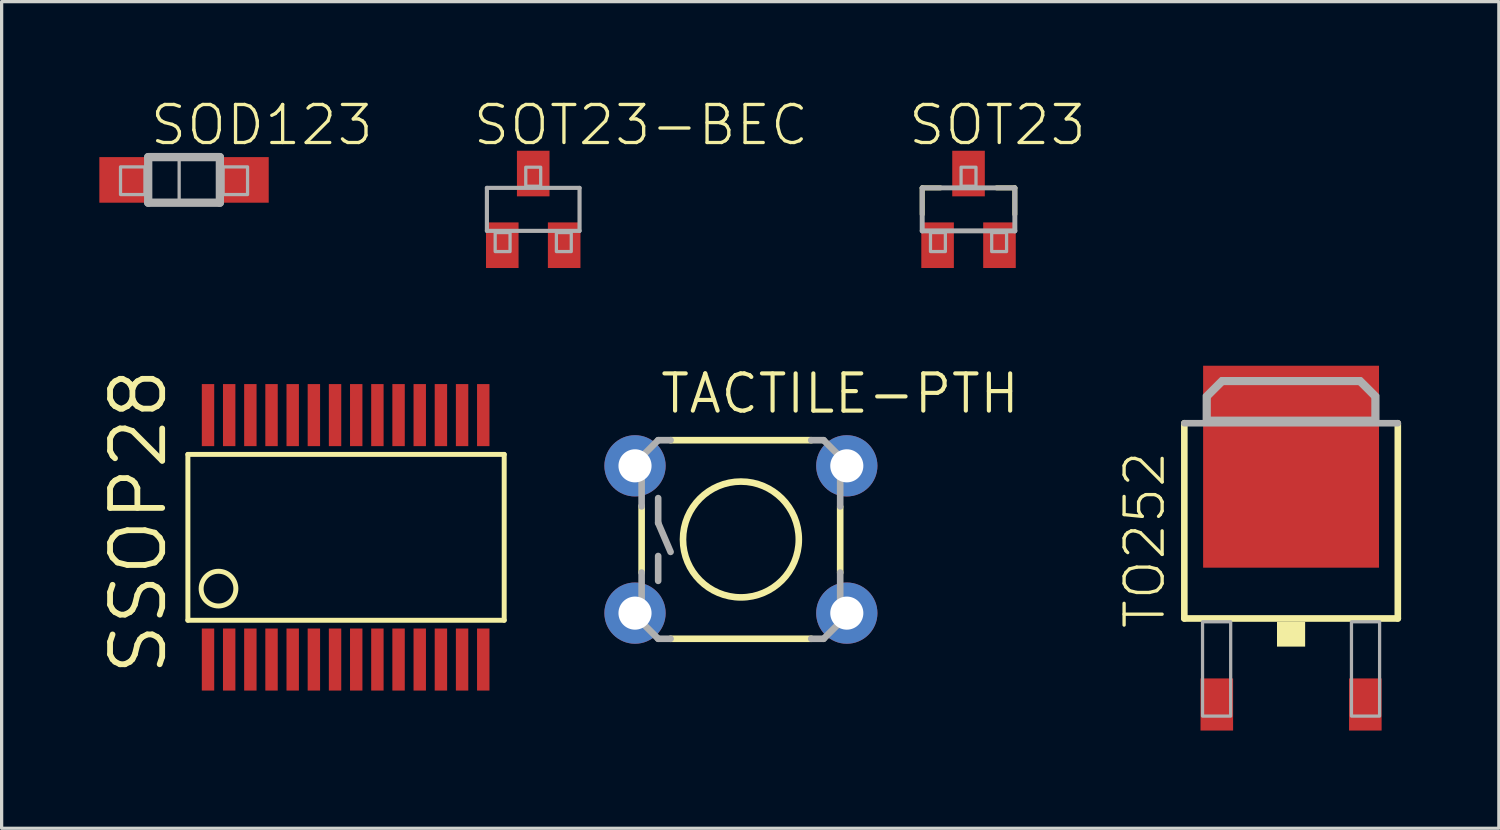
<source format=kicad_pcb>
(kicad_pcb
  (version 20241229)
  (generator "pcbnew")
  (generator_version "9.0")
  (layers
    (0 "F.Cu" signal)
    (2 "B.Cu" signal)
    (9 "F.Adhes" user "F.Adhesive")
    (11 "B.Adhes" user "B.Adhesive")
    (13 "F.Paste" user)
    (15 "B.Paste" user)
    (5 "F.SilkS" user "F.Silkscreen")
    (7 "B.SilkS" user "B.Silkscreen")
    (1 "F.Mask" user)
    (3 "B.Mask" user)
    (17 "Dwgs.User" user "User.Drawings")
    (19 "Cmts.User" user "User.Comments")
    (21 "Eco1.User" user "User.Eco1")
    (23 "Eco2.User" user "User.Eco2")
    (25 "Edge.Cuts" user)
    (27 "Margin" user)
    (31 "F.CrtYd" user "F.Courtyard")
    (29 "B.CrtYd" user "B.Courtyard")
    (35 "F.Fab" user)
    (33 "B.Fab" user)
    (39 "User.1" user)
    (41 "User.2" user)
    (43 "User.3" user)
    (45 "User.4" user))
  (footprint "SOT23-BEC"
    (layer "F.Cu")
    (at 13.32 3.378)
    (property "Reference" "SOT23-BEC" (at -1.905 -1.905 0) (layer "F.SilkS") (effects (font (size 1.168 1.168) (thickness 0.102)) (justify left bottom)))
    (fp_line (start -1.422 -0.66) (end 1.422 -0.66) (stroke (width 0.127) (type solid)) (layer "F.Fab"))
    (fp_line (start -1.422 0.66) (end -1.422 -0.66) (stroke (width 0.127) (type solid)) (layer "F.Fab"))
    (fp_line (start 1.422 -0.66) (end 1.422 0.66) (stroke (width 0.127) (type solid)) (layer "F.Fab"))
    (fp_line (start 1.422 0.66) (end -1.422 0.66) (stroke (width 0.127) (type solid)) (layer "F.Fab"))
    (fp_poly (pts (xy -1.168 1.295) (xy -0.711 1.295) (xy -0.711 0.711) (xy -1.168 0.711)) (stroke (width 0.1) (type solid)) (fill no) (layer "F.Fab"))
    (fp_poly (pts (xy -0.229 -0.711) (xy 0.229 -0.711) (xy 0.229 -1.295) (xy -0.229 -1.295)) (stroke (width 0.1) (type solid)) (fill no) (layer "F.Fab"))
    (fp_poly (pts (xy 0.711 1.295) (xy 1.168 1.295) (xy 1.168 0.711) (xy 0.711 0.711)) (stroke (width 0.1) (type solid)) (fill no) (layer "F.Fab"))
    (pad "B" smd rect (at -0.95 1.1) (size 1 1.4) (layers "F.Cu" "F.Mask" "F.Paste"))
    (pad "C" smd rect (at 0 -1.1) (size 1 1.4) (layers "F.Cu" "F.Mask" "F.Paste"))
    (pad "E" smd rect (at 0.95 1.1) (size 1 1.4) (layers "F.Cu" "F.Mask" "F.Paste")))
  (footprint "SSOP28"
    (layer "F.Cu")
    (at 7.886 13.446)
    (property "Reference" "SSOP28" (at -5.752 4.318 90) (layer "F.SilkS") (effects (font (size 1.6 1.6) (thickness 0.178)) (justify left bottom)))
    (fp_line (start -5.168 -2.546) (end -5.168 2.546) (stroke (width 0.152) (type solid)) (layer "F.SilkS"))
    (fp_line (start -5.168 2.546) (end 4.543 2.546) (stroke (width 0.152) (type solid)) (layer "F.SilkS"))
    (fp_line (start 4.543 -2.546) (end -5.168 -2.546) (stroke (width 0.152) (type solid)) (layer "F.SilkS"))
    (fp_line (start 4.543 2.546) (end 4.543 -2.546) (stroke (width 0.152) (type solid)) (layer "F.SilkS"))
    (fp_circle (center -4.228 1.575) (end -3.695 1.575) (stroke (width 0.152) (type solid)) (fill no) (layer "F.SilkS"))
    (pad "1" smd rect (at -4.55 3.752 90) (size 1.905 0.381) (layers "F.Cu" "F.Mask" "F.Paste"))
    (pad "2" smd rect (at -3.9 3.752 90) (size 1.905 0.381) (layers "F.Cu" "F.Mask" "F.Paste"))
    (pad "3" smd rect (at -3.25 3.752 90) (size 1.905 0.381) (layers "F.Cu" "F.Mask" "F.Paste"))
    (pad "4" smd rect (at -2.6 3.752 90) (size 1.905 0.381) (layers "F.Cu" "F.Mask" "F.Paste"))
    (pad "5" smd rect (at -1.95 3.752 90) (size 1.905 0.381) (layers "F.Cu" "F.Mask" "F.Paste"))
    (pad "6" smd rect (at -1.3 3.752 90) (size 1.905 0.381) (layers "F.Cu" "F.Mask" "F.Paste"))
    (pad "7" smd rect (at -0.65 3.752 90) (size 1.905 0.381) (layers "F.Cu" "F.Mask" "F.Paste"))
    (pad "8" smd rect (at 0 3.752 90) (size 1.905 0.381) (layers "F.Cu" "F.Mask" "F.Paste"))
    (pad "9" smd rect (at 0.65 3.752 90) (size 1.905 0.381) (layers "F.Cu" "F.Mask" "F.Paste"))
    (pad "10" smd rect (at 1.3 3.752 90) (size 1.905 0.381) (layers "F.Cu" "F.Mask" "F.Paste"))
    (pad "11" smd rect (at 1.95 3.752 90) (size 1.905 0.381) (layers "F.Cu" "F.Mask" "F.Paste"))
    (pad "12" smd rect (at 2.6 3.752 90) (size 1.905 0.381) (layers "F.Cu" "F.Mask" "F.Paste"))
    (pad "13" smd rect (at 3.25 3.752 90) (size 1.905 0.381) (layers "F.Cu" "F.Mask" "F.Paste"))
    (pad "14" smd rect (at 3.9 3.752 90) (size 1.905 0.381) (layers "F.Cu" "F.Mask" "F.Paste"))
    (pad "15" smd rect (at 3.9 -3.752 90) (size 1.905 0.381) (layers "F.Cu" "F.Mask" "F.Paste"))
    (pad "16" smd rect (at 3.25 -3.752 90) (size 1.905 0.381) (layers "F.Cu" "F.Mask" "F.Paste"))
    (pad "17" smd rect (at 2.6 -3.752 90) (size 1.905 0.381) (layers "F.Cu" "F.Mask" "F.Paste"))
    (pad "18" smd rect (at 1.95 -3.752 90) (size 1.905 0.381) (layers "F.Cu" "F.Mask" "F.Paste"))
    (pad "19" smd rect (at 1.3 -3.752 90) (size 1.905 0.381) (layers "F.Cu" "F.Mask" "F.Paste"))
    (pad "20" smd rect (at 0.65 -3.752 90) (size 1.905 0.381) (layers "F.Cu" "F.Mask" "F.Paste"))
    (pad "21" smd rect (at 0 -3.752 90) (size 1.905 0.381) (layers "F.Cu" "F.Mask" "F.Paste"))
    (pad "22" smd rect (at -0.65 -3.752 90) (size 1.905 0.381) (layers "F.Cu" "F.Mask" "F.Paste"))
    (pad "23" smd rect (at -1.3 -3.752 90) (size 1.905 0.381) (layers "F.Cu" "F.Mask" "F.Paste"))
    (pad "24" smd rect (at -1.95 -3.752 90) (size 1.905 0.381) (layers "F.Cu" "F.Mask" "F.Paste"))
    (pad "25" smd rect (at -2.6 -3.752 90) (size 1.905 0.381) (layers "F.Cu" "F.Mask" "F.Paste"))
    (pad "26" smd rect (at -3.25 -3.752 90) (size 1.905 0.381) (layers "F.Cu" "F.Mask" "F.Paste"))
    (pad "27" smd rect (at -3.9 -3.752 90) (size 1.905 0.381) (layers "F.Cu" "F.Mask" "F.Paste"))
    (pad "28" smd rect (at -4.55 -3.752 90) (size 1.905 0.381) (layers "F.Cu" "F.Mask" "F.Paste")))
  (footprint "SOD123"
    (layer "F.Cu")
    (at 2.6 2.473)
    (property "Reference" "SOD123" (at -1.1 -1 0) (layer "F.SilkS") (effects (font (size 1.168 1.168) (thickness 0.102)) (justify left bottom)))
    (fp_line (start -1.1 -0.7) (end 1.1 -0.7) (stroke (width 0.254) (type solid)) (layer "F.Fab"))
    (fp_line (start -1.1 0.7) (end -1.1 -0.7) (stroke (width 0.254) (type solid)) (layer "F.Fab"))
    (fp_line (start 1.1 -0.7) (end 1.1 0.7) (stroke (width 0.254) (type solid)) (layer "F.Fab"))
    (fp_line (start 1.1 0.7) (end -1.1 0.7) (stroke (width 0.254) (type solid)) (layer "F.Fab"))
    (fp_poly (pts (xy -1.95 0.45) (xy -1.2 0.45) (xy -1.2 -0.4) (xy -1.95 -0.4)) (stroke (width 0.1) (type solid)) (fill no) (layer "F.Fab"))
    (fp_poly (pts (xy -1.05 0.65) (xy -0.15 0.65) (xy -0.15 -0.7) (xy -1.05 -0.7)) (stroke (width 0.1) (type solid)) (fill no) (layer "F.Fab"))
    (fp_poly (pts (xy 1.2 0.45) (xy 1.95 0.45) (xy 1.95 -0.4) (xy 1.2 -0.4)) (stroke (width 0.1) (type solid)) (fill no) (layer "F.Fab"))
    (pad "A" smd rect (at 1.9 0) (size 1.4 1.4) (layers "F.Cu" "F.Mask" "F.Paste"))
    (pad "C" smd rect (at -1.9 0) (size 1.4 1.4) (layers "F.Cu" "F.Mask" "F.Paste")))
  (footprint "TO252"
    (layer "F.Cu")
    (at 36.586 13.778)
    (property "Reference" "TO252" (at -3.81 2.54 90) (layer "F.SilkS") (effects (font (size 1.168 1.168) (thickness 0.102)) (justify left bottom)))
    (fp_line (start -3.277 2.159) (end -3.277 -3.835) (stroke (width 0.203) (type solid)) (layer "F.SilkS"))
    (fp_line (start 3.277 -3.835) (end 3.277 2.159) (stroke (width 0.203) (type solid)) (layer "F.SilkS"))
    (fp_line (start 3.277 2.159) (end -3.277 2.159) (stroke (width 0.203) (type solid)) (layer "F.SilkS"))
    (fp_poly (pts (xy -0.432 3.023) (xy 0.432 3.023) (xy 0.432 2.261) (xy -0.432 2.261)) (stroke (width 0) (type solid)) (fill yes) (layer "F.SilkS"))
    (fp_line (start -3.277 -3.835) (end 3.277 -3.835) (stroke (width 0.203) (type solid)) (layer "F.Fab"))
    (fp_line (start -2.565 -4.648) (end -2.108 -5.105) (stroke (width 0.203) (type solid)) (layer "F.Fab"))
    (fp_line (start -2.565 -3.937) (end -2.565 -4.648) (stroke (width 0.203) (type solid)) (layer "F.Fab"))
    (fp_line (start -2.108 -5.105) (end 2.108 -5.105) (stroke (width 0.203) (type solid)) (layer "F.Fab"))
    (fp_line (start 2.108 -5.105) (end 2.565 -4.648) (stroke (width 0.203) (type solid)) (layer "F.Fab"))
    (fp_line (start 2.565 -4.648) (end 2.565 -3.937) (stroke (width 0.203) (type solid)) (layer "F.Fab"))
    (fp_line (start 2.565 -3.937) (end -2.565 -3.937) (stroke (width 0.203) (type solid)) (layer "F.Fab"))
    (fp_poly (pts (xy -2.718 5.156) (xy -1.854 5.156) (xy -1.854 2.261) (xy -2.718 2.261)) (stroke (width 0.1) (type solid)) (fill no) (layer "F.Fab"))
    (fp_poly (pts (xy 1.854 5.156) (xy 2.718 5.156) (xy 2.718 2.261) (xy 1.854 2.261)) (stroke (width 0.1) (type solid)) (fill no) (layer "F.Fab"))
    (fp_poly (pts (xy 2.665 -4.69) (xy 2.665 -3.837) (xy -2.665 -3.837) (xy -2.665 -4.69) (xy -2.15 -5.205) (xy 2.15 -5.205)) (stroke (width 0.1) (type solid)) (fill no) (layer "F.Fab"))
    (pad "1" smd rect (at -2.28 4.8) (size 1 1.6) (layers "F.Cu" "F.Mask" "F.Paste"))
    (pad "2" smd rect (at 2.28 4.8) (size 1 1.6) (layers "F.Cu" "F.Mask" "F.Paste"))
    (pad "3" smd rect (at 0 -2.5) (size 5.4 6.2) (layers "F.Cu" "F.Mask" "F.Paste")))
  (footprint "TACTILE-PTH"
    (layer "F.Cu")
    (at 19.696 13.512)
    (property "Reference" "TACTILE-PTH" (at -2.54 -3.81 0) (layer "F.SilkS") (effects (font (size 1.143 1.143) (thickness 0.127)) (justify left bottom)))
    (fp_line (start -3.048 -1.028) (end -3.048 1.016) (stroke (width 0.203) (type solid)) (layer "F.SilkS"))
    (fp_line (start -2.159 3.048) (end 2.159 3.048) (stroke (width 0.203) (type solid)) (layer "F.SilkS"))
    (fp_line (start 2.159 -3.048) (end -2.159 -3.048) (stroke (width 0.203) (type solid)) (layer "F.SilkS"))
    (fp_line (start 3.048 -0.998) (end 3.048 1.016) (stroke (width 0.203) (type solid)) (layer "F.SilkS"))
    (fp_circle (center 0 0) (end 1.778 0) (stroke (width 0.203) (type solid)) (fill no) (layer "F.SilkS"))
    (fp_line (start -3.048 -2.54) (end -3.048 -1.016) (stroke (width 0.203) (type solid)) (layer "F.Fab"))
    (fp_line (start -3.048 2.54) (end -3.048 1.016) (stroke (width 0.203) (type solid)) (layer "F.Fab"))
    (fp_line (start -2.54 -3.048) (end -3.048 -2.54) (stroke (width 0.203) (type solid)) (layer "F.Fab"))
    (fp_line (start -2.54 -3.048) (end -2.159 -3.048) (stroke (width 0.203) (type solid)) (layer "F.Fab"))
    (fp_line (start -2.54 -1.27) (end -2.54 -0.508) (stroke (width 0.203) (type solid)) (layer "F.Fab"))
    (fp_line (start -2.54 -0.508) (end -2.159 0.381) (stroke (width 0.203) (type solid)) (layer "F.Fab"))
    (fp_line (start -2.54 0.508) (end -2.54 1.27) (stroke (width 0.203) (type solid)) (layer "F.Fab"))
    (fp_line (start -2.54 3.048) (end -3.048 2.54) (stroke (width 0.203) (type solid)) (layer "F.Fab"))
    (fp_line (start -2.54 3.048) (end -2.159 3.048) (stroke (width 0.203) (type solid)) (layer "F.Fab"))
    (fp_line (start 2.54 -3.048) (end 2.159 -3.048) (stroke (width 0.203) (type solid)) (layer "F.Fab"))
    (fp_line (start 2.54 3.048) (end 2.159 3.048) (stroke (width 0.203) (type solid)) (layer "F.Fab"))
    (fp_line (start 2.54 3.048) (end 3.048 2.54) (stroke (width 0.203) (type solid)) (layer "F.Fab"))
    (fp_line (start 3.048 -2.54) (end 2.54 -3.048) (stroke (width 0.203) (type solid)) (layer "F.Fab"))
    (fp_line (start 3.048 -1.016) (end 3.048 -2.54) (stroke (width 0.203) (type solid)) (layer "F.Fab"))
    (fp_line (start 3.048 2.54) (end 3.048 1.016) (stroke (width 0.203) (type solid)) (layer "F.Fab"))
    (pad "1" thru_hole circle (at -3.251 -2.261) (size 1.88 1.88) (drill 1.016) (layers "*.Cu" "*.Mask"))
    (pad "2" thru_hole circle (at 3.251 -2.261) (size 1.88 1.88) (drill 1.016) (layers "*.Cu" "*.Mask"))
    (pad "3" thru_hole circle (at -3.251 2.261) (size 1.88 1.88) (drill 1.016) (layers "*.Cu" "*.Mask"))
    (pad "4" thru_hole circle (at 3.251 2.261) (size 1.88 1.88) (drill 1.016) (layers "*.Cu" "*.Mask")))
  (footprint "SOT23"
    (layer "F.Cu")
    (at 26.684 3.378)
    (property "Reference" "SOT23" (at -1.905 -1.905 0) (layer "F.SilkS") (effects (font (size 1.168 1.168) (thickness 0.102)) (justify left bottom)))
    (fp_line (start -1.422 -0.66) (end -0.864 -0.66) (stroke (width 0.152) (type solid)) (layer "F.SilkS"))
    (fp_line (start -1.422 0.152) (end -1.422 -0.66) (stroke (width 0.152) (type solid)) (layer "F.SilkS"))
    (fp_line (start 0.864 -0.66) (end 1.422 -0.66) (stroke (width 0.152) (type solid)) (layer "F.SilkS"))
    (fp_line (start 1.422 -0.66) (end 1.422 0.152) (stroke (width 0.152) (type solid)) (layer "F.SilkS"))
    (fp_line (start -1.422 -0.66) (end 1.422 -0.66) (stroke (width 0.152) (type solid)) (layer "F.Fab"))
    (fp_line (start -1.422 0.66) (end -1.422 -0.66) (stroke (width 0.152) (type solid)) (layer "F.Fab"))
    (fp_line (start 1.422 -0.66) (end 1.422 0.66) (stroke (width 0.152) (type solid)) (layer "F.Fab"))
    (fp_line (start 1.422 0.66) (end -1.422 0.66) (stroke (width 0.152) (type solid)) (layer "F.Fab"))
    (fp_poly (pts (xy -1.168 1.295) (xy -0.711 1.295) (xy -0.711 0.711) (xy -1.168 0.711)) (stroke (width 0.1) (type solid)) (fill no) (layer "F.Fab"))
    (fp_poly (pts (xy -0.229 -0.711) (xy 0.229 -0.711) (xy 0.229 -1.295) (xy -0.229 -1.295)) (stroke (width 0.1) (type solid)) (fill no) (layer "F.Fab"))
    (fp_poly (pts (xy 0.711 1.295) (xy 1.168 1.295) (xy 1.168 0.711) (xy 0.711 0.711)) (stroke (width 0.1) (type solid)) (fill no) (layer "F.Fab"))
    (pad "1" smd rect (at -0.95 1.1) (size 1 1.4) (layers "F.Cu" "F.Mask" "F.Paste"))
    (pad "2" smd rect (at 0.95 1.1) (size 1 1.4) (layers "F.Cu" "F.Mask" "F.Paste"))
    (pad "3" smd rect (at 0 -1.1) (size 1 1.4) (layers "F.Cu" "F.Mask" "F.Paste")))
  (gr_rect
    (start -3 -3)
    (end 42.965 22.378)
    (stroke (width 0.1) (type default))
    (fill no)
    (layer "Edge.Cuts")))
</source>
